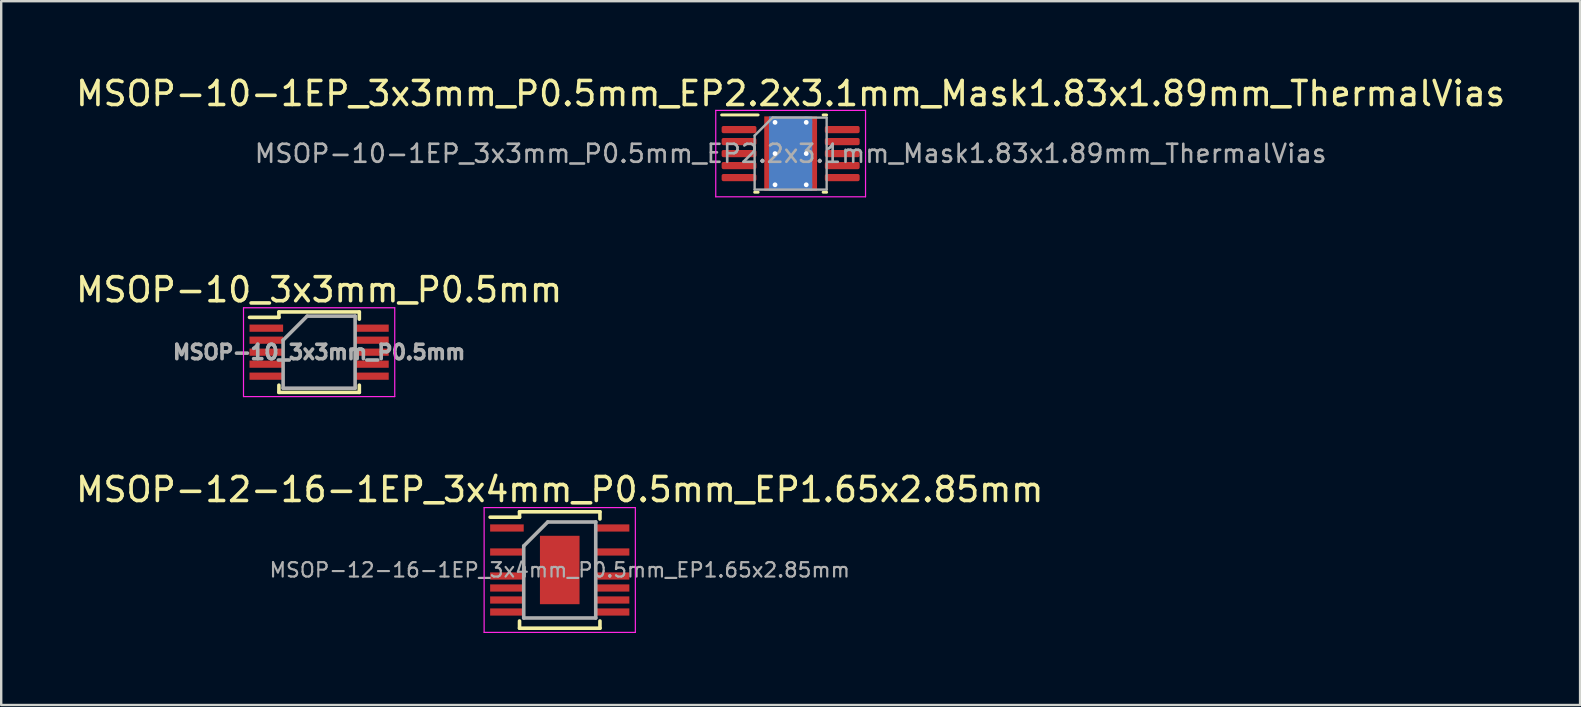
<source format=kicad_pcb>
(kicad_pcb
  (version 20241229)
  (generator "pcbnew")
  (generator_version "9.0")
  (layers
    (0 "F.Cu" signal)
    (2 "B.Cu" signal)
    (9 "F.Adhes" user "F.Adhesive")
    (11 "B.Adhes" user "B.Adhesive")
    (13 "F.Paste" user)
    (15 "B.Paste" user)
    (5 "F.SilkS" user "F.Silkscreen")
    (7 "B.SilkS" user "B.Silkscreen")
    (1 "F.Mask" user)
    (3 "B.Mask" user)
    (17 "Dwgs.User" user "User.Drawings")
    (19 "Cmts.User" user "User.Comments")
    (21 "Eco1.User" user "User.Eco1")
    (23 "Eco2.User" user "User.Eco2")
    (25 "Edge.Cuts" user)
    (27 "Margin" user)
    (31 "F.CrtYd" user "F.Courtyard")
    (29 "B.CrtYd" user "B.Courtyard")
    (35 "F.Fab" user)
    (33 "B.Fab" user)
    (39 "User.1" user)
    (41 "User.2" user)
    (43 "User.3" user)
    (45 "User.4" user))
  (footprint "MSOP-10-1EP_3x3mm_P0.5mm_EP2.2x3.1mm_Mask1.83x1.89mm_ThermalVias"
    (layer "F.Cu")
    (at 29.887 3.348)
    (property "Reference" "MSOP-10-1EP_3x3mm_P0.5mm_EP2.2x3.1mm_Mask1.83x1.89mm_ThermalVias" (at 0 -2.5 0) (layer "F.SilkS") (effects (font (size 1 1) (thickness 0.15))))
    (attr smd)
    (fp_line (start -1.353 -1.61) (end -2.875 -1.61) (stroke (width 0.12) (type solid)) (layer "F.SilkS"))
    (fp_line (start -1.353 1.61) (end -1.5 1.61) (stroke (width 0.12) (type solid)) (layer "F.SilkS"))
    (fp_line (start 1.353 -1.61) (end 1.5 -1.61) (stroke (width 0.12) (type solid)) (layer "F.SilkS"))
    (fp_line (start 1.353 1.61) (end 1.5 1.61) (stroke (width 0.12) (type solid)) (layer "F.SilkS"))
    (fp_line (start -3.12 -1.8) (end -3.12 1.8) (stroke (width 0.05) (type solid)) (layer "F.CrtYd"))
    (fp_line (start -3.12 1.8) (end 3.12 1.8) (stroke (width 0.05) (type solid)) (layer "F.CrtYd"))
    (fp_line (start 3.12 -1.8) (end -3.12 -1.8) (stroke (width 0.05) (type solid)) (layer "F.CrtYd"))
    (fp_line (start 3.12 1.8) (end 3.12 -1.8) (stroke (width 0.05) (type solid)) (layer "F.CrtYd"))
    (fp_line (start -1.5 -0.75) (end -0.75 -1.5) (stroke (width 0.1) (type solid)) (layer "F.Fab"))
    (fp_line (start -1.5 1.5) (end -1.5 -0.75) (stroke (width 0.1) (type solid)) (layer "F.Fab"))
    (fp_line (start -0.75 -1.5) (end 1.5 -1.5) (stroke (width 0.1) (type solid)) (layer "F.Fab"))
    (fp_line (start 1.5 -1.5) (end 1.5 1.5) (stroke (width 0.1) (type solid)) (layer "F.Fab"))
    (fp_line (start 1.5 1.5) (end -1.5 1.5) (stroke (width 0.1) (type solid)) (layer "F.Fab"))
    (fp_text user "${REFERENCE}" (at 0 0 0) (layer "F.Fab") (effects (font (size 0.75 0.75) (thickness 0.11))))
    (pad "" smd roundrect (at -0.46 -0.47) (size 0.74 0.76) (layers "F.Paste") (roundrect_rratio 0.25))
    (pad "" smd roundrect (at -0.46 0.47) (size 0.74 0.76) (layers "F.Paste") (roundrect_rratio 0.25))
    (pad "" smd rect (at 0 0) (size 1.83 1.89) (layers "F.Mask"))
    (pad "" smd roundrect (at 0.46 -0.47) (size 0.74 0.76) (layers "F.Paste") (roundrect_rratio 0.25))
    (pad "" smd roundrect (at 0.46 0.47) (size 0.74 0.76) (layers "F.Paste") (roundrect_rratio 0.25))
    (pad "1" smd roundrect (at -2.15 -1) (size 1.45 0.3) (layers "F.Cu" "F.Mask" "F.Paste") (roundrect_rratio 0.25))
    (pad "2" smd roundrect (at -2.15 -0.5) (size 1.45 0.3) (layers "F.Cu" "F.Mask" "F.Paste") (roundrect_rratio 0.25))
    (pad "3" smd roundrect (at -2.15 0) (size 1.45 0.3) (layers "F.Cu" "F.Mask" "F.Paste") (roundrect_rratio 0.25))
    (pad "4" smd roundrect (at -2.15 0.5) (size 1.45 0.3) (layers "F.Cu" "F.Mask" "F.Paste") (roundrect_rratio 0.25))
    (pad "5" smd roundrect (at -2.15 1) (size 1.45 0.3) (layers "F.Cu" "F.Mask" "F.Paste") (roundrect_rratio 0.25))
    (pad "6" smd roundrect (at 2.15 1) (size 1.45 0.3) (layers "F.Cu" "F.Mask" "F.Paste") (roundrect_rratio 0.25))
    (pad "7" smd roundrect (at 2.15 0.5) (size 1.45 0.3) (layers "F.Cu" "F.Mask" "F.Paste") (roundrect_rratio 0.25))
    (pad "8" smd roundrect (at 2.15 0) (size 1.45 0.3) (layers "F.Cu" "F.Mask" "F.Paste") (roundrect_rratio 0.25))
    (pad "9" smd roundrect (at 2.15 -0.5) (size 1.45 0.3) (layers "F.Cu" "F.Mask" "F.Paste") (roundrect_rratio 0.25))
    (pad "10" smd roundrect (at 2.15 -1) (size 1.45 0.3) (layers "F.Cu" "F.Mask" "F.Paste") (roundrect_rratio 0.25))
    (pad "11" thru_hole circle (at -0.65 -1.3) (size 0.5 0.5) (drill 0.2) (layers "*.Cu"))
    (pad "11" thru_hole circle (at -0.65 0) (size 0.5 0.5) (drill 0.2) (layers "*.Cu"))
    (pad "11" thru_hole circle (at -0.65 1.3) (size 0.5 0.5) (drill 0.2) (layers "*.Cu"))
    (pad "11" smd rect (at 0 0) (size 1.8 3.1) (layers "B.Cu"))
    (pad "11" smd rect (at 0 0) (size 2.2 3.1) (layers "F.Cu"))
    (pad "11" thru_hole circle (at 0.65 -1.3) (size 0.5 0.5) (drill 0.2) (layers "*.Cu"))
    (pad "11" thru_hole circle (at 0.65 0) (size 0.5 0.5) (drill 0.2) (layers "*.Cu"))
    (pad "11" thru_hole circle (at 0.65 1.3) (size 0.5 0.5) (drill 0.2) (layers "*.Cu")))
  (footprint "MSOP-12-16-1EP_3x4mm_P0.5mm_EP1.65x2.85mm"
    (layer "F.Cu")
    (at 20.268 20.695)
    (property "Reference" "MSOP-12-16-1EP_3x4mm_P0.5mm_EP1.65x2.85mm" (at 0 -3.35 0) (layer "F.SilkS") (effects (font (size 1 1) (thickness 0.15))))
    (attr smd)
    (fp_line (start -1.675 -2.425) (end -1.675 -2.2) (stroke (width 0.15) (type solid)) (layer "F.SilkS"))
    (fp_line (start -1.675 -2.425) (end 1.675 -2.425) (stroke (width 0.15) (type solid)) (layer "F.SilkS"))
    (fp_line (start -1.675 -2.2) (end -2.9 -2.2) (stroke (width 0.15) (type solid)) (layer "F.SilkS"))
    (fp_line (start -1.675 2.425) (end -1.675 2.125) (stroke (width 0.15) (type solid)) (layer "F.SilkS"))
    (fp_line (start -1.675 2.425) (end 1.675 2.425) (stroke (width 0.15) (type solid)) (layer "F.SilkS"))
    (fp_line (start 1.675 -2.425) (end 1.675 -2.125) (stroke (width 0.15) (type solid)) (layer "F.SilkS"))
    (fp_line (start 1.675 2.425) (end 1.675 2.125) (stroke (width 0.15) (type solid)) (layer "F.SilkS"))
    (fp_line (start -3.15 -2.6) (end -3.15 2.6) (stroke (width 0.05) (type solid)) (layer "F.CrtYd"))
    (fp_line (start -3.15 -2.6) (end 3.15 -2.6) (stroke (width 0.05) (type solid)) (layer "F.CrtYd"))
    (fp_line (start -3.15 2.6) (end 3.15 2.6) (stroke (width 0.05) (type solid)) (layer "F.CrtYd"))
    (fp_line (start 3.15 -2.6) (end 3.15 2.6) (stroke (width 0.05) (type solid)) (layer "F.CrtYd"))
    (fp_line (start -1.5 -1) (end -0.5 -2) (stroke (width 0.15) (type solid)) (layer "F.Fab"))
    (fp_line (start -1.5 2) (end -1.5 -1) (stroke (width 0.15) (type solid)) (layer "F.Fab"))
    (fp_line (start -0.5 -2) (end 1.5 -2) (stroke (width 0.15) (type solid)) (layer "F.Fab"))
    (fp_line (start 1.5 -2) (end 1.5 2) (stroke (width 0.15) (type solid)) (layer "F.Fab"))
    (fp_line (start 1.5 2) (end -1.5 2) (stroke (width 0.15) (type solid)) (layer "F.Fab"))
    (fp_text user "${REFERENCE}" (at 0 0 0) (layer "F.Fab") (effects (font (size 0.6 0.6) (thickness 0.09))))
    (pad "" smd rect (at -0.412 -0.95) (size 0.66 0.75) (layers "F.Paste"))
    (pad "" smd rect (at -0.412 0) (size 0.66 0.75) (layers "F.Paste"))
    (pad "" smd rect (at -0.412 0.95) (size 0.66 0.75) (layers "F.Paste"))
    (pad "" smd rect (at 0.412 -0.95) (size 0.66 0.75) (layers "F.Paste"))
    (pad "" smd rect (at 0.412 0) (size 0.66 0.75) (layers "F.Paste"))
    (pad "" smd rect (at 0.412 0.95) (size 0.66 0.75) (layers "F.Paste"))
    (pad "1" smd rect (at -2.2 -1.75) (size 1.4 0.3) (layers "F.Cu" "F.Mask" "F.Paste"))
    (pad "3" smd rect (at -2.2 -0.75) (size 1.4 0.3) (layers "F.Cu" "F.Mask" "F.Paste"))
    (pad "5" smd rect (at -2.2 0.25) (size 1.4 0.3) (layers "F.Cu" "F.Mask" "F.Paste"))
    (pad "6" smd rect (at -2.2 0.75) (size 1.4 0.3) (layers "F.Cu" "F.Mask" "F.Paste"))
    (pad "7" smd rect (at -2.2 1.25) (size 1.4 0.3) (layers "F.Cu" "F.Mask" "F.Paste"))
    (pad "8" smd rect (at -2.2 1.75) (size 1.4 0.3) (layers "F.Cu" "F.Mask" "F.Paste"))
    (pad "9" smd rect (at 2.2 1.75) (size 1.4 0.3) (layers "F.Cu" "F.Mask" "F.Paste"))
    (pad "10" smd rect (at 2.2 1.25) (size 1.4 0.3) (layers "F.Cu" "F.Mask" "F.Paste"))
    (pad "11" smd rect (at 2.2 0.75) (size 1.4 0.3) (layers "F.Cu" "F.Mask" "F.Paste"))
    (pad "12" smd rect (at 2.2 0.25) (size 1.4 0.3) (layers "F.Cu" "F.Mask" "F.Paste"))
    (pad "14" smd rect (at 2.2 -0.75) (size 1.4 0.3) (layers "F.Cu" "F.Mask" "F.Paste"))
    (pad "16" smd rect (at 2.2 -1.75) (size 1.4 0.3) (layers "F.Cu" "F.Mask" "F.Paste"))
    (pad "17" smd rect (at 0 0) (size 1.65 2.85) (layers "F.Cu" "F.Mask")))
  (footprint "MSOP-10_3x3mm_P0.5mm"
    (layer "F.Cu")
    (at 10.244 11.621)
    (property "Reference" "MSOP-10_3x3mm_P0.5mm" (at 0 -2.6 0) (layer "F.SilkS") (effects (font (size 1 1) (thickness 0.15))))
    (attr smd)
    (fp_line (start -1.675 -1.675) (end -1.675 -1.45) (stroke (width 0.15) (type solid)) (layer "F.SilkS"))
    (fp_line (start -1.675 -1.675) (end 1.675 -1.675) (stroke (width 0.15) (type solid)) (layer "F.SilkS"))
    (fp_line (start -1.675 -1.45) (end -2.9 -1.45) (stroke (width 0.15) (type solid)) (layer "F.SilkS"))
    (fp_line (start -1.675 1.675) (end -1.675 1.375) (stroke (width 0.15) (type solid)) (layer "F.SilkS"))
    (fp_line (start -1.675 1.675) (end 1.675 1.675) (stroke (width 0.15) (type solid)) (layer "F.SilkS"))
    (fp_line (start 1.675 -1.675) (end 1.675 -1.375) (stroke (width 0.15) (type solid)) (layer "F.SilkS"))
    (fp_line (start 1.675 1.675) (end 1.675 1.375) (stroke (width 0.15) (type solid)) (layer "F.SilkS"))
    (fp_line (start -3.15 -1.85) (end -3.15 1.85) (stroke (width 0.05) (type solid)) (layer "F.CrtYd"))
    (fp_line (start -3.15 -1.85) (end 3.15 -1.85) (stroke (width 0.05) (type solid)) (layer "F.CrtYd"))
    (fp_line (start -3.15 1.85) (end 3.15 1.85) (stroke (width 0.05) (type solid)) (layer "F.CrtYd"))
    (fp_line (start 3.15 -1.85) (end 3.15 1.85) (stroke (width 0.05) (type solid)) (layer "F.CrtYd"))
    (fp_line (start -1.5 -0.5) (end -0.5 -1.5) (stroke (width 0.15) (type solid)) (layer "F.Fab"))
    (fp_line (start -1.5 1.5) (end -1.5 -0.5) (stroke (width 0.15) (type solid)) (layer "F.Fab"))
    (fp_line (start -0.5 -1.5) (end 1.5 -1.5) (stroke (width 0.15) (type solid)) (layer "F.Fab"))
    (fp_line (start 1.5 -1.5) (end 1.5 1.5) (stroke (width 0.15) (type solid)) (layer "F.Fab"))
    (fp_line (start 1.5 1.5) (end -1.5 1.5) (stroke (width 0.15) (type solid)) (layer "F.Fab"))
    (fp_text user "${REFERENCE}" (at 0 0 0) (layer "F.Fab") (effects (font (size 0.6 0.6) (thickness 0.15))))
    (pad "1" smd rect (at -2.2 -1) (size 1.4 0.3) (layers "F.Cu" "F.Mask" "F.Paste"))
    (pad "2" smd rect (at -2.2 -0.5) (size 1.4 0.3) (layers "F.Cu" "F.Mask" "F.Paste"))
    (pad "3" smd rect (at -2.2 0) (size 1.4 0.3) (layers "F.Cu" "F.Mask" "F.Paste"))
    (pad "4" smd rect (at -2.2 0.5) (size 1.4 0.3) (layers "F.Cu" "F.Mask" "F.Paste"))
    (pad "5" smd rect (at -2.2 1) (size 1.4 0.3) (layers "F.Cu" "F.Mask" "F.Paste"))
    (pad "6" smd rect (at 2.2 1) (size 1.4 0.3) (layers "F.Cu" "F.Mask" "F.Paste"))
    (pad "7" smd rect (at 2.2 0.5) (size 1.4 0.3) (layers "F.Cu" "F.Mask" "F.Paste"))
    (pad "8" smd rect (at 2.2 0) (size 1.4 0.3) (layers "F.Cu" "F.Mask" "F.Paste"))
    (pad "9" smd rect (at 2.2 -0.5) (size 1.4 0.3) (layers "F.Cu" "F.Mask" "F.Paste"))
    (pad "10" smd rect (at 2.2 -1) (size 1.4 0.3) (layers "F.Cu" "F.Mask" "F.Paste")))
  (gr_rect
    (start -3 -3)
    (end 62.774 26.32)
    (stroke (width 0.1) (type default))
    (fill no)
    (layer "Edge.Cuts")))
</source>
